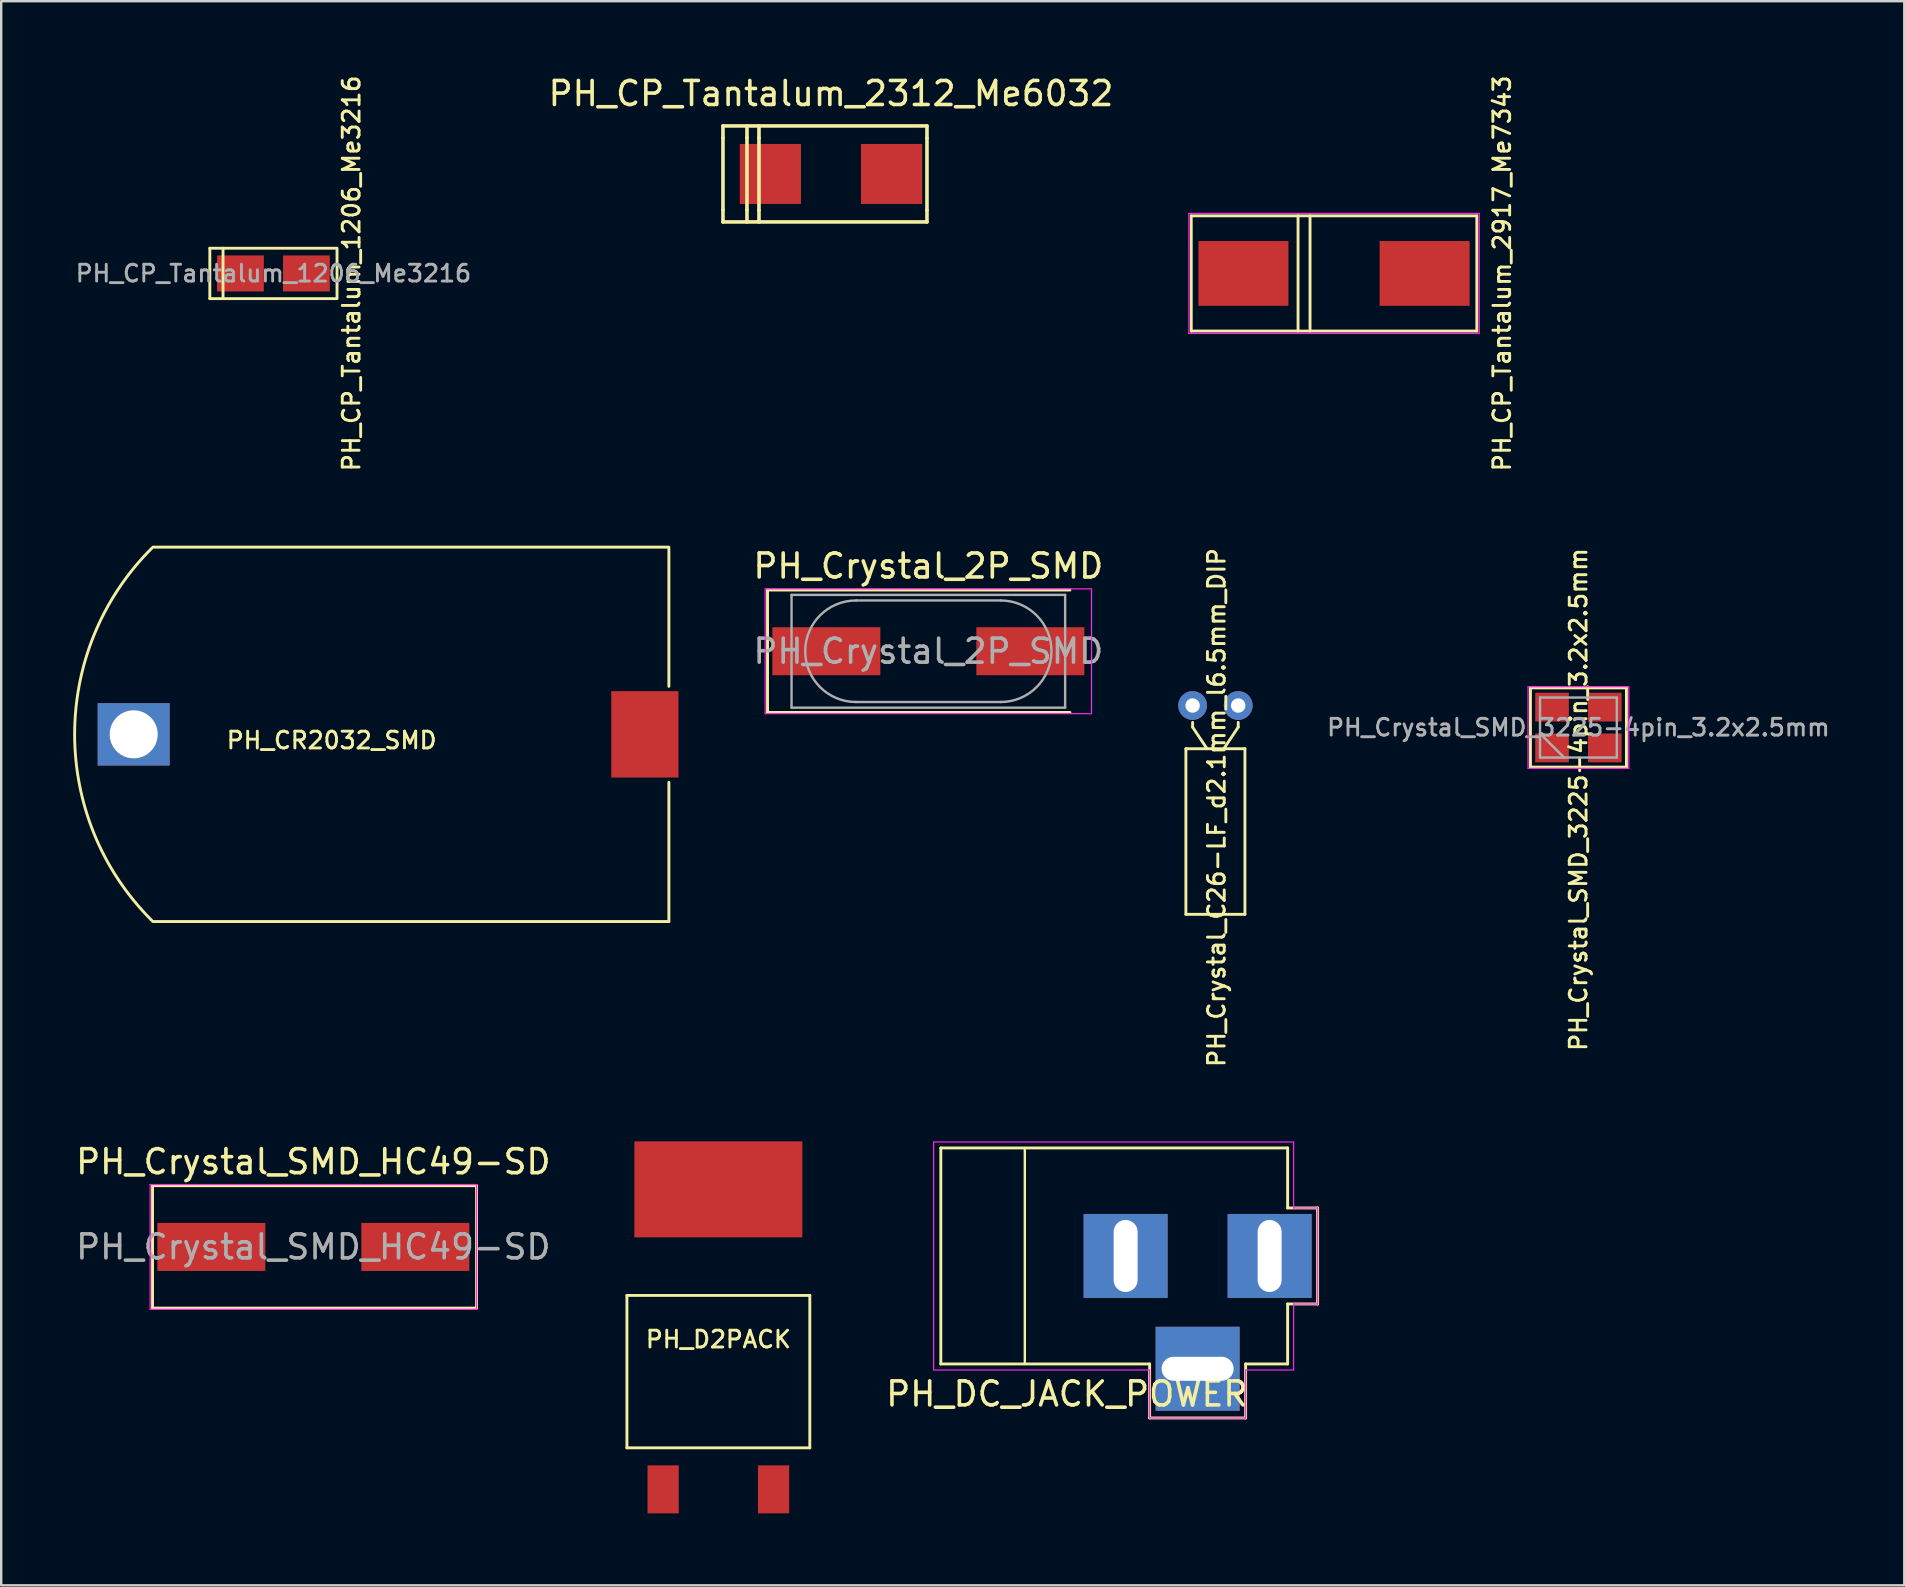
<source format=kicad_pcb>
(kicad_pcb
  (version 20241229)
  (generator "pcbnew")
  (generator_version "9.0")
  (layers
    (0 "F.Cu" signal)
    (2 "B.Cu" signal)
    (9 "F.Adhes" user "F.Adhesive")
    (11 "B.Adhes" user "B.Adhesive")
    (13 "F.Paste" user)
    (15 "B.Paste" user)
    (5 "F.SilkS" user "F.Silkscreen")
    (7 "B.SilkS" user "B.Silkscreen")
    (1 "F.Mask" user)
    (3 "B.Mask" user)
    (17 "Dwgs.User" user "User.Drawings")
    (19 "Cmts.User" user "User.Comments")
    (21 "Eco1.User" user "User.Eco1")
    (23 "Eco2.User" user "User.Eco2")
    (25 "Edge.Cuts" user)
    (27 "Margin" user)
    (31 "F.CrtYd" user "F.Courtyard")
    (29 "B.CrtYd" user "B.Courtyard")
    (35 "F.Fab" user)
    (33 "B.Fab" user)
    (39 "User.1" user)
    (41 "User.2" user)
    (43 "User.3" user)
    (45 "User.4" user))
  (footprint "PH_D2PACK"
    (layer "F.Cu")
    (at 26.882 56.007)
    (property "Reference" "PH_D2PACK" (at 0 -3.25 180) (layer "F.SilkS") (effects (font (size 0.7 0.7) (thickness 0.12))))
    (attr through_hole)
    (fp_line (start -3.81 -5.08) (end 3.81 -5.08) (stroke (width 0.12) (type solid)) (layer "F.SilkS"))
    (fp_line (start -3.81 1.27) (end -3.81 -5.08) (stroke (width 0.12) (type solid)) (layer "F.SilkS"))
    (fp_line (start 3.81 -5.08) (end 3.81 1.27) (stroke (width 0.12) (type solid)) (layer "F.SilkS"))
    (fp_line (start 3.81 1.27) (end -3.81 1.27) (stroke (width 0.12) (type solid)) (layer "F.SilkS"))
    (pad "1" smd rect (at -2.301 3) (size 1.3 2) (layers "F.Cu" "F.Mask" "F.Paste"))
    (pad "2" smd rect (at 0 -9.5) (size 7 4) (layers "F.Cu" "F.Mask" "F.Paste"))
    (pad "3" smd rect (at 2.301 3) (size 1.3 2) (layers "F.Cu" "F.Mask" "F.Paste")))
  (footprint "PH_Crystal_C26-LF_d2.1mm_l6.5mm_DIP"
    (layer "F.Cu")
    (at 46.642 26.347)
    (property "Reference" "PH_Crystal_C26-LF_d2.1mm_l6.5mm_DIP" (at 1 4.25 90) (layer "F.SilkS") (effects (font (size 0.7 0.7) (thickness 0.12))))
    (attr through_hole)
    (fp_line (start -0.28 1.8) (end -0.28 8.7) (stroke (width 0.12) (type solid)) (layer "F.SilkS"))
    (fp_line (start -0.28 8.7) (end 2.18 8.7) (stroke (width 0.12) (type solid)) (layer "F.SilkS"))
    (fp_line (start 0 0.9) (end 0 0.7) (stroke (width 0.12) (type solid)) (layer "F.SilkS"))
    (fp_line (start 0.6 1.8) (end 0 0.9) (stroke (width 0.12) (type solid)) (layer "F.SilkS"))
    (fp_line (start 1.3 1.8) (end 1.9 0.9) (stroke (width 0.12) (type solid)) (layer "F.SilkS"))
    (fp_line (start 1.9 0.9) (end 1.9 0.7) (stroke (width 0.12) (type solid)) (layer "F.SilkS"))
    (fp_line (start 2.18 1.8) (end -0.28 1.8) (stroke (width 0.12) (type solid)) (layer "F.SilkS"))
    (fp_line (start 2.18 8.7) (end 2.18 1.8) (stroke (width 0.12) (type solid)) (layer "F.SilkS"))
    (pad "1" thru_hole circle (at 0 0) (size 1.2 1.2) (drill 0.6) (layers "*.Cu" "*.Mask"))
    (pad "2" thru_hole circle (at 1.9 0) (size 1.2 1.2) (drill 0.6) (layers "*.Cu" "*.Mask")))
  (footprint "PH_CP_Tantalum_2917_Me7343"
    (layer "F.Cu")
    (at 52.535 8.343)
    (property "Reference" "PH_CP_Tantalum_2917_Me7343" (at 7 0 90) (layer "F.SilkS") (effects (font (size 0.7 0.7) (thickness 0.12))))
    (attr smd)
    (fp_line (start -5.95 -2.4) (end -5.95 2.4) (stroke (width 0.12) (type solid)) (layer "F.SilkS"))
    (fp_line (start -5.95 -2.4) (end 5.95 -2.4) (stroke (width 0.12) (type solid)) (layer "F.SilkS"))
    (fp_line (start -5.95 2.4) (end 5.95 2.4) (stroke (width 0.12) (type solid)) (layer "F.SilkS"))
    (fp_line (start -1.5 -2.4) (end -1.5 2.4) (stroke (width 0.12) (type solid)) (layer "F.SilkS"))
    (fp_line (start -1 -2.4) (end -1 2.4) (stroke (width 0.12) (type solid)) (layer "F.SilkS"))
    (fp_line (start 5.95 -2.4) (end 5.95 2.4) (stroke (width 0.12) (type solid)) (layer "F.SilkS"))
    (fp_line (start -6.05 -2.5) (end -6.05 2.5) (stroke (width 0.05) (type solid)) (layer "F.CrtYd"))
    (fp_line (start -6.05 2.5) (end 6.05 2.5) (stroke (width 0.05) (type solid)) (layer "F.CrtYd"))
    (fp_line (start 6.05 -2.5) (end -6.05 -2.5) (stroke (width 0.05) (type solid)) (layer "F.CrtYd"))
    (fp_line (start 6.05 2.5) (end 6.05 -2.5) (stroke (width 0.05) (type solid)) (layer "F.CrtYd"))
    (pad "1" smd rect (at -3.775 0) (size 3.75 2.7) (layers "F.Cu" "F.Mask" "F.Paste"))
    (pad "2" smd rect (at 3.775 0) (size 3.75 2.7) (layers "F.Cu" "F.Mask" "F.Paste")))
  (footprint "PH_Crystal_SMD_3225-4pin_3.2x2.5mm"
    (layer "F.Cu")
    (at 62.718 27.263)
    (property "Reference" "PH_Crystal_SMD_3225-4pin_3.2x2.5mm" (at 0 3 90) (layer "F.SilkS") (effects (font (size 0.7 0.7) (thickness 0.12))))
    (attr smd)
    (fp_line (start -2 -1.65) (end -2 1.65) (stroke (width 0.12) (type solid)) (layer "F.SilkS"))
    (fp_line (start -2 -1.65) (end 2 -1.65) (stroke (width 0.12) (type solid)) (layer "F.SilkS"))
    (fp_line (start -2 1.65) (end 2 1.65) (stroke (width 0.12) (type solid)) (layer "F.SilkS"))
    (fp_line (start 2 1.65) (end 2 -1.65) (stroke (width 0.12) (type solid)) (layer "F.SilkS"))
    (fp_line (start -2.1 -1.7) (end -2.1 1.7) (stroke (width 0.05) (type solid)) (layer "F.CrtYd"))
    (fp_line (start -2.1 1.7) (end 2.1 1.7) (stroke (width 0.05) (type solid)) (layer "F.CrtYd"))
    (fp_line (start 2.1 -1.7) (end -2.1 -1.7) (stroke (width 0.05) (type solid)) (layer "F.CrtYd"))
    (fp_line (start 2.1 1.7) (end 2.1 -1.7) (stroke (width 0.05) (type solid)) (layer "F.CrtYd"))
    (fp_line (start -1.6 -1.25) (end -1.6 1.25) (stroke (width 0.1) (type solid)) (layer "F.Fab"))
    (fp_line (start -1.6 0.25) (end -0.6 1.25) (stroke (width 0.1) (type solid)) (layer "F.Fab"))
    (fp_line (start -1.6 1.25) (end 1.6 1.25) (stroke (width 0.1) (type solid)) (layer "F.Fab"))
    (fp_line (start 1.6 -1.25) (end -1.6 -1.25) (stroke (width 0.1) (type solid)) (layer "F.Fab"))
    (fp_line (start 1.6 1.25) (end 1.6 -1.25) (stroke (width 0.1) (type solid)) (layer "F.Fab"))
    (fp_text user "${REFERENCE}" (at 0 0 0) (layer "F.Fab") (effects (font (size 0.7 0.7) (thickness 0.12))))
    (pad "1" smd rect (at -1.1 0.85) (size 1.4 1.2) (layers "F.Cu" "F.Mask" "F.Paste"))
    (pad "2" smd rect (at 1.1 0.85) (size 1.4 1.2) (layers "F.Cu" "F.Mask" "F.Paste"))
    (pad "3" smd rect (at 1.1 -0.85) (size 1.4 1.2) (layers "F.Cu" "F.Mask" "F.Paste"))
    (pad "4" smd rect (at -1.1 -0.85) (size 1.4 1.2) (layers "F.Cu" "F.Mask" "F.Paste")))
  (footprint "PH_CP_Tantalum_1206_Me3216"
    (layer "F.Cu")
    (at 8.343 8.343)
    (property "Reference" "PH_CP_Tantalum_1206_Me3216" (at 3.25 0 90) (layer "F.SilkS") (effects (font (size 0.7 0.7) (thickness 0.12))))
    (attr smd)
    (fp_line (start -2.65 -1.05) (end -2.65 1.05) (stroke (width 0.12) (type solid)) (layer "F.SilkS"))
    (fp_line (start -2.65 -1.05) (end 2.65 -1.05) (stroke (width 0.12) (type solid)) (layer "F.SilkS"))
    (fp_line (start -2.65 1.05) (end 2.65 1.05) (stroke (width 0.12) (type solid)) (layer "F.SilkS"))
    (fp_line (start -2.1 -1.05) (end -2.1 1.05) (stroke (width 0.12) (type solid)) (layer "F.SilkS"))
    (fp_line (start 2.65 -1) (end 2.65 1) (stroke (width 0.12) (type solid)) (layer "F.SilkS"))
    (fp_text user "${REFERENCE}" (at 0 0 0) (layer "F.Fab") (effects (font (size 0.7 0.7) (thickness 0.12))))
    (pad "1" smd rect (at -1.375 0) (size 1.95 1.5) (layers "F.Cu" "F.Mask" "F.Paste"))
    (pad "2" smd rect (at 1.375 0) (size 1.95 1.5) (layers "F.Cu" "F.Mask" "F.Paste")))
  (footprint "PH_CP_Tantalum_2312_Me6032"
    (layer "F.Cu")
    (at 31.574 4.198)
    (property "Reference" "PH_CP_Tantalum_2312_Me6032" (at 0 -3.35 0) (layer "F.SilkS") (effects (font (size 1 1) (thickness 0.15))))
    (attr smd)
    (fp_line (start -4.5 -2) (end -4.5 -1.5) (stroke (width 0.15) (type solid)) (layer "F.SilkS"))
    (fp_line (start -4.5 -2) (end 4 -2) (stroke (width 0.15) (type solid)) (layer "F.SilkS"))
    (fp_line (start -4.5 1.5) (end -4.5 -1.5) (stroke (width 0.15) (type solid)) (layer "F.SilkS"))
    (fp_line (start -4.5 1.5) (end -4.5 2) (stroke (width 0.15) (type solid)) (layer "F.SilkS"))
    (fp_line (start -3.5 -1.5) (end -3.5 -2) (stroke (width 0.15) (type solid)) (layer "F.SilkS"))
    (fp_line (start -3.5 -1.5) (end -3.5 1.5) (stroke (width 0.15) (type solid)) (layer "F.SilkS"))
    (fp_line (start -3.5 1.5) (end -3.5 2) (stroke (width 0.15) (type solid)) (layer "F.SilkS"))
    (fp_line (start -3 -1.5) (end -3 -2) (stroke (width 0.15) (type solid)) (layer "F.SilkS"))
    (fp_line (start -3 -1.5) (end -3 1.5) (stroke (width 0.15) (type solid)) (layer "F.SilkS"))
    (fp_line (start -3 1.5) (end -3 2) (stroke (width 0.15) (type solid)) (layer "F.SilkS"))
    (fp_line (start 4 -2) (end 4 -1.5) (stroke (width 0.15) (type solid)) (layer "F.SilkS"))
    (fp_line (start 4 -1.5) (end 4 1.5) (stroke (width 0.15) (type solid)) (layer "F.SilkS"))
    (fp_line (start 4 1.5) (end 4 2) (stroke (width 0.15) (type solid)) (layer "F.SilkS"))
    (fp_line (start 4 2) (end -4.5 2) (stroke (width 0.15) (type solid)) (layer "F.SilkS"))
    (pad "1" smd rect (at -2.525 0) (size 2.55 2.5) (layers "F.Cu" "F.Mask" "F.Paste"))
    (pad "2" smd rect (at 2.525 0) (size 2.55 2.5) (layers "F.Cu" "F.Mask" "F.Paste")))
  (footprint "PH_DC_JACK_POWER"
    (layer "F.Cu")
    (at 49.851 49.282)
    (property "Reference" "PH_DC_JACK_POWER" (at -8.45 5.75 180) (layer "F.SilkS") (effects (font (size 1 1) (thickness 0.15))))
    (attr through_hole)
    (fp_line (start -13.7 -4.5) (end -13.7 4.5) (stroke (width 0.12) (type solid)) (layer "F.SilkS"))
    (fp_line (start -10.2 -4.5) (end -10.2 4.5) (stroke (width 0.1) (type solid)) (layer "F.SilkS"))
    (fp_line (start -5 4.5) (end -13.7 4.5) (stroke (width 0.12) (type solid)) (layer "F.SilkS"))
    (fp_line (start -5 4.5) (end -5 6.75) (stroke (width 0.12) (type solid)) (layer "F.SilkS"))
    (fp_line (start -5 6.75) (end -1 6.75) (stroke (width 0.12) (type solid)) (layer "F.SilkS"))
    (fp_line (start -1 6.75) (end -1 4.5) (stroke (width 0.12) (type solid)) (layer "F.SilkS"))
    (fp_line (start 0.75 -4.5) (end -13.7 -4.5) (stroke (width 0.12) (type solid)) (layer "F.SilkS"))
    (fp_line (start 0.75 -4.5) (end 0.75 -2) (stroke (width 0.12) (type solid)) (layer "F.SilkS"))
    (fp_line (start 0.75 -2) (end 2 -2) (stroke (width 0.12) (type solid)) (layer "F.SilkS"))
    (fp_line (start 0.75 4.5) (end -1 4.5) (stroke (width 0.12) (type solid)) (layer "F.SilkS"))
    (fp_line (start 0.75 4.5) (end 0.75 2) (stroke (width 0.12) (type solid)) (layer "F.SilkS"))
    (fp_line (start 2 -2) (end 2 2) (stroke (width 0.12) (type solid)) (layer "F.SilkS"))
    (fp_line (start 2 2) (end 0.75 2) (stroke (width 0.12) (type solid)) (layer "F.SilkS"))
    (fp_line (start -14 4.75) (end -14 -4.75) (stroke (width 0.05) (type solid)) (layer "F.CrtYd"))
    (fp_line (start -5 4.75) (end -14 4.75) (stroke (width 0.05) (type solid)) (layer "F.CrtYd"))
    (fp_line (start -5 6.75) (end -5 4.75) (stroke (width 0.05) (type solid)) (layer "F.CrtYd"))
    (fp_line (start -1 4.75) (end -1 6.75) (stroke (width 0.05) (type solid)) (layer "F.CrtYd"))
    (fp_line (start -1 6.75) (end -5 6.75) (stroke (width 0.05) (type solid)) (layer "F.CrtYd"))
    (fp_line (start 1 -4.75) (end -14 -4.75) (stroke (width 0.05) (type solid)) (layer "F.CrtYd"))
    (fp_line (start 1 -4.5) (end 1 -4.75) (stroke (width 0.05) (type solid)) (layer "F.CrtYd"))
    (fp_line (start 1 -4.5) (end 1 -2) (stroke (width 0.05) (type solid)) (layer "F.CrtYd"))
    (fp_line (start 1 -2) (end 2 -2) (stroke (width 0.05) (type solid)) (layer "F.CrtYd"))
    (fp_line (start 1 2) (end 1 4.75) (stroke (width 0.05) (type solid)) (layer "F.CrtYd"))
    (fp_line (start 1 4.75) (end -1 4.75) (stroke (width 0.05) (type solid)) (layer "F.CrtYd"))
    (fp_line (start 2 -2) (end 2 2) (stroke (width 0.05) (type solid)) (layer "F.CrtYd"))
    (fp_line (start 2 2) (end 1 2) (stroke (width 0.05) (type solid)) (layer "F.CrtYd"))
    (pad "1" thru_hole rect (at 0 0) (size 3.5 3.5) (drill oval 1 3) (layers "*.Cu" "*.Mask"))
    (pad "2" thru_hole rect (at -6 0) (size 3.5 3.5) (drill oval 1 3) (layers "*.Cu" "*.Mask"))
    (pad "3" thru_hole rect (at -3 4.7) (size 3.5 3.5) (drill oval 3 1) (layers "*.Cu" "*.Mask")))
  (footprint "PH_Crystal_2P_SMD"
    (layer "F.Cu")
    (at 35.631 24.085)
    (property "Reference" "PH_Crystal_2P_SMD" (at 0 -3.55 0) (layer "F.SilkS") (effects (font (size 1 1) (thickness 0.15))))
    (attr smd)
    (fp_line (start -6.7 -2.55) (end -6.7 2.55) (stroke (width 0.12) (type solid)) (layer "F.SilkS"))
    (fp_line (start -6.7 2.55) (end 5.9 2.55) (stroke (width 0.12) (type solid)) (layer "F.SilkS"))
    (fp_line (start 5.9 -2.55) (end -6.7 -2.55) (stroke (width 0.12) (type solid)) (layer "F.SilkS"))
    (fp_line (start -6.8 -2.6) (end -6.8 2.6) (stroke (width 0.05) (type solid)) (layer "F.CrtYd"))
    (fp_line (start -6.8 2.6) (end 6.8 2.6) (stroke (width 0.05) (type solid)) (layer "F.CrtYd"))
    (fp_line (start 6.8 -2.6) (end -6.8 -2.6) (stroke (width 0.05) (type solid)) (layer "F.CrtYd"))
    (fp_line (start 6.8 2.6) (end 6.8 -2.6) (stroke (width 0.05) (type solid)) (layer "F.CrtYd"))
    (fp_line (start -5.7 -2.35) (end -5.7 2.35) (stroke (width 0.1) (type solid)) (layer "F.Fab"))
    (fp_line (start -5.7 2.35) (end 5.7 2.35) (stroke (width 0.1) (type solid)) (layer "F.Fab"))
    (fp_line (start -3.015 -2.115) (end 3.015 -2.115) (stroke (width 0.1) (type solid)) (layer "F.Fab"))
    (fp_line (start -3.015 2.115) (end 3.015 2.115) (stroke (width 0.1) (type solid)) (layer "F.Fab"))
    (fp_line (start 5.7 -2.35) (end -5.7 -2.35) (stroke (width 0.1) (type solid)) (layer "F.Fab"))
    (fp_line (start 5.7 2.35) (end 5.7 -2.35) (stroke (width 0.1) (type solid)) (layer "F.Fab"))
    (fp_arc (start -3.015 2.115) (mid -5.13 0) (end -3.015 -2.115) (stroke (width 0.1) (type solid)) (layer "F.Fab"))
    (fp_arc (start 3.015 -2.115) (mid 5.13 0) (end 3.015 2.115) (stroke (width 0.1) (type solid)) (layer "F.Fab"))
    (fp_text user "${REFERENCE}" (at 0 0 0) (layer "F.Fab") (effects (font (size 1 1) (thickness 0.15))))
    (pad "1" smd rect (at -4.25 0) (size 4.5 2) (layers "F.Cu" "F.Mask" "F.Paste"))
    (pad "2" smd rect (at 4.25 0) (size 4.5 2) (layers "F.Cu" "F.Mask" "F.Paste")))
  (footprint "PH_CR2032_SMD"
    (layer "F.Cu")
    (at 11.02 27.547)
    (property "Reference" "PH_CR2032_SMD" (at -0.25 0.25 0) (layer "F.SilkS") (effects (font (size 0.7 0.7) (thickness 0.12))))
    (attr through_hole)
    (fp_line (start -7.7 -7.8) (end 13.8 -7.8) (stroke (width 0.12) (type solid)) (layer "F.SilkS"))
    (fp_line (start 13.8 -7.75) (end 13.8 -2) (stroke (width 0.12) (type solid)) (layer "F.SilkS"))
    (fp_line (start 13.8 7.8) (end -7.7 7.8) (stroke (width 0.12) (type solid)) (layer "F.SilkS"))
    (fp_line (start 13.8 7.8) (end 13.8 2) (stroke (width 0.12) (type solid)) (layer "F.SilkS"))
    (fp_arc (start -7.75 7.75) (mid -10.960155 0) (end -7.75 -7.75) (stroke (width 0.12) (type solid)) (layer "F.SilkS"))
    (pad "1" smd rect (at 12.8 0) (size 2.8 3.6) (layers "F.Cu" "F.Mask" "F.Paste"))
    (pad "2" thru_hole rect (at -8.5 0) (size 3 2.6) (drill 2) (layers "*.Cu" "*.Mask")))
  (footprint "PH_Crystal_SMD_HC49-SD"
    (layer "F.Cu")
    (at 10.006 48.905)
    (property "Reference" "PH_Crystal_SMD_HC49-SD" (at 0 -3.55 0) (layer "F.SilkS") (effects (font (size 1 1) (thickness 0.15))))
    (attr smd)
    (fp_line (start -6.7 -2.55) (end -6.7 2.55) (stroke (width 0.12) (type solid)) (layer "F.SilkS"))
    (fp_line (start -6.7 2.55) (end 6.8 2.55) (stroke (width 0.12) (type solid)) (layer "F.SilkS"))
    (fp_line (start 6.8 -2.55) (end -6.7 -2.55) (stroke (width 0.12) (type solid)) (layer "F.SilkS"))
    (fp_line (start 6.8 -2.55) (end 6.8 2.55) (stroke (width 0.12) (type solid)) (layer "F.SilkS"))
    (fp_line (start -6.8 -2.6) (end -6.8 2.6) (stroke (width 0.05) (type solid)) (layer "F.CrtYd"))
    (fp_line (start -6.8 2.6) (end 6.8 2.6) (stroke (width 0.05) (type solid)) (layer "F.CrtYd"))
    (fp_line (start 6.8 -2.6) (end -6.8 -2.6) (stroke (width 0.05) (type solid)) (layer "F.CrtYd"))
    (fp_line (start 6.8 2.6) (end 6.8 -2.6) (stroke (width 0.05) (type solid)) (layer "F.CrtYd"))
    (fp_text user "${REFERENCE}" (at 0 0 0) (layer "F.Fab") (effects (font (size 1 1) (thickness 0.15))))
    (pad "1" smd rect (at -4.25 0) (size 4.5 2) (layers "F.Cu" "F.Mask" "F.Paste"))
    (pad "2" smd rect (at 4.25 0) (size 4.5 2) (layers "F.Cu" "F.Mask" "F.Paste")))
  (gr_rect
    (start -3 -3)
    (end 76.295 63.006)
    (stroke (width 0.1) (type default))
    (fill no)
    (layer "Edge.Cuts")))
</source>
